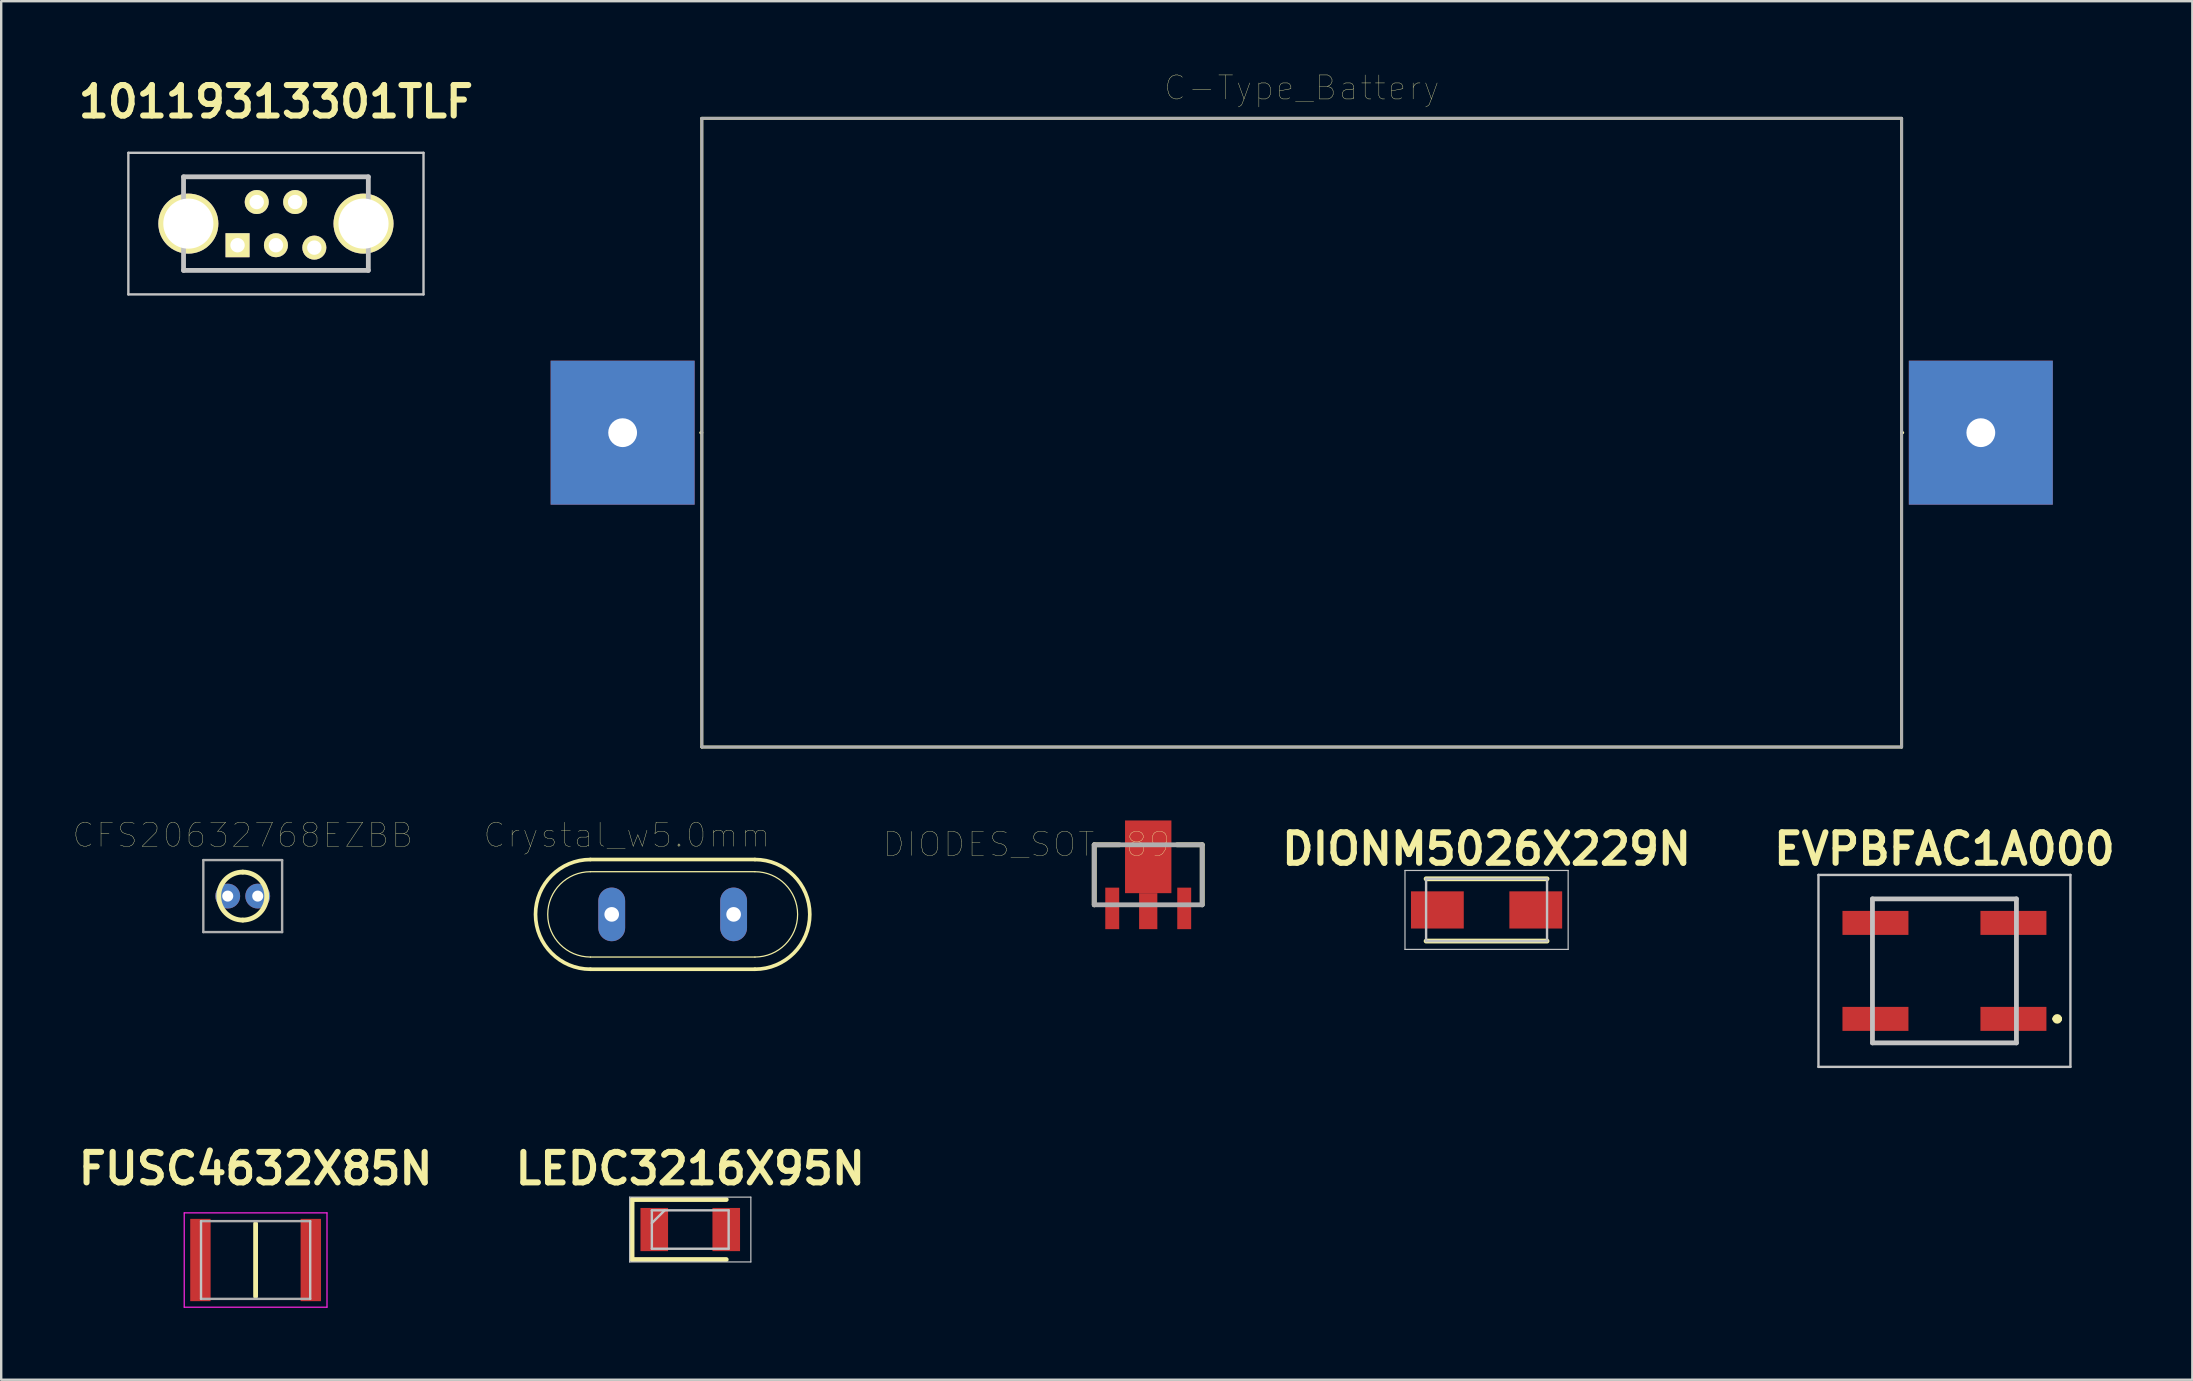
<source format=kicad_pcb>
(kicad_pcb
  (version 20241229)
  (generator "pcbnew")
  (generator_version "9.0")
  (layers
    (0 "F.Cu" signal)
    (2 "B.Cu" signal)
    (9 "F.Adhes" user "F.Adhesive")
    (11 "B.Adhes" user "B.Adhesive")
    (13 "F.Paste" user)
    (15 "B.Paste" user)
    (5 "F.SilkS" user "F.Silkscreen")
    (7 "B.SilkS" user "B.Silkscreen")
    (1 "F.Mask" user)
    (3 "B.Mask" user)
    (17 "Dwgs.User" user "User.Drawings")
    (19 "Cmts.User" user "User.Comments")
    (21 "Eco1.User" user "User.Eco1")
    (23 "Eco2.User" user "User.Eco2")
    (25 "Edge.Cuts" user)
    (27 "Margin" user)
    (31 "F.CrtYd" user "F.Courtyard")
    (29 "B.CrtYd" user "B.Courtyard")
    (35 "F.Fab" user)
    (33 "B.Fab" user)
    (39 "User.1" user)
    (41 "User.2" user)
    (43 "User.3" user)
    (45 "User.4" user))
  (footprint "10119313301TLF"
    (layer "F.Cu")
    (at 8.449 6.269)
    (property "Reference" "10119313301TLF" (at 0 -5.08 0) (layer "F.SilkS") (effects (font (size 1.27 1.27) (thickness 0.254))))
    (attr through_hole)
    (fp_line (start -3.85 -1.95) (end 3.85 -1.95) (stroke (width 0.1) (type solid)) (layer "F.SilkS"))
    (fp_line (start -3.85 1.95) (end 3.85 1.95) (stroke (width 0.1) (type solid)) (layer "F.SilkS"))
    (fp_line (start -6.15 -2.95) (end 6.15 -2.95) (stroke (width 0.1) (type solid)) (layer "Dwgs.User"))
    (fp_line (start -6.15 2.95) (end -6.15 -2.95) (stroke (width 0.1) (type solid)) (layer "Dwgs.User"))
    (fp_line (start -3.85 -1.95) (end 3.85 -1.95) (stroke (width 0.2) (type solid)) (layer "Dwgs.User"))
    (fp_line (start -3.85 1.95) (end -3.85 -1.95) (stroke (width 0.2) (type solid)) (layer "Dwgs.User"))
    (fp_line (start 3.85 -1.95) (end 3.85 1.95) (stroke (width 0.2) (type solid)) (layer "Dwgs.User"))
    (fp_line (start 3.85 1.95) (end -3.85 1.95) (stroke (width 0.2) (type solid)) (layer "Dwgs.User"))
    (fp_line (start 6.15 -2.95) (end 6.15 2.95) (stroke (width 0.1) (type solid)) (layer "Dwgs.User"))
    (fp_line (start 6.15 2.95) (end -6.15 2.95) (stroke (width 0.1) (type solid)) (layer "Dwgs.User"))
    (pad "1" thru_hole rect (at -1.6 0.9 90) (size 1 1) (drill 0.6) (layers "*.Cu" "*.Mask" "F.SilkS"))
    (pad "2" thru_hole circle (at -0.8 -0.9 90) (size 1 1) (drill 0.6) (layers "*.Cu" "*.Mask" "F.SilkS"))
    (pad "3" thru_hole circle (at 0 0.9 90) (size 1 1) (drill 0.6) (layers "*.Cu" "*.Mask" "F.SilkS"))
    (pad "4" thru_hole circle (at 0.8 -0.9 90) (size 1 1) (drill 0.6) (layers "*.Cu" "*.Mask" "F.SilkS"))
    (pad "5" thru_hole circle (at 1.6 1 90) (size 1 1) (drill 0.6) (layers "*.Cu" "*.Mask" "F.SilkS"))
    (pad "6" thru_hole circle (at -3.65 0 90) (size 2.5 2.5) (drill 2.088) (layers "*.Cu" "*.Mask" "F.SilkS"))
    (pad "7" thru_hole circle (at 3.65 0 90) (size 2.5 2.5) (drill 2.088) (layers "*.Cu" "*.Mask" "F.SilkS")))
  (footprint "FUSC4632X85N"
    (layer "F.Cu")
    (at 7.602 49.459)
    (property "Reference" "FUSC4632X85N" (at 0 -3.81 0) (layer "F.SilkS") (effects (font (size 1.27 1.27) (thickness 0.254))))
    (attr smd)
    (fp_line (start 0 -1.52) (end 0 1.52) (stroke (width 0.2) (type solid)) (layer "F.SilkS"))
    (fp_line (start -2.275 1.62) (end -2.275 -1.62) (stroke (width 0.1) (type solid)) (layer "Dwgs.User"))
    (fp_line (start 2.275 -1.62) (end 2.275 1.62) (stroke (width 0.1) (type solid)) (layer "Dwgs.User"))
    (fp_line (start -2.975 -1.965) (end 2.975 -1.965) (stroke (width 0.05) (type solid)) (layer "F.CrtYd"))
    (fp_line (start -2.975 1.965) (end -2.975 -1.965) (stroke (width 0.05) (type solid)) (layer "F.CrtYd"))
    (fp_line (start 2.975 -1.965) (end 2.975 1.965) (stroke (width 0.05) (type solid)) (layer "F.CrtYd"))
    (fp_line (start 2.975 1.965) (end -2.975 1.965) (stroke (width 0.05) (type solid)) (layer "F.CrtYd"))
    (fp_line (start -2.275 -1.62) (end 2.275 -1.62) (stroke (width 0.1) (type solid)) (layer "F.Fab"))
    (fp_line (start 2.275 1.62) (end -2.275 1.62) (stroke (width 0.1) (type solid)) (layer "F.Fab"))
    (pad "1" smd rect (at -2.3 0) (size 0.85 3.43) (layers "F.Cu" "F.Mask" "F.Paste"))
    (pad "2" smd rect (at 2.3 0) (size 0.85 3.43) (layers "F.Cu" "F.Mask" "F.Paste")))
  (footprint "C-Type_Battery"
    (layer "F.Cu")
    (at 51.197 14.981)
    (property "Reference" "C-Type_Battery" (at 0 -14.37 0) (layer "F.SilkS") (effects (font (size 1 1) (thickness 0.015))))
    (attr through_hole)
    (fp_line (start -25 -13.1) (end -25 13.1) (stroke (width 0.12) (type solid)) (layer "F.SilkS"))
    (fp_line (start -25 0) (end -25.046 0) (stroke (width 0.12) (type solid)) (layer "F.SilkS"))
    (fp_line (start -25 13.1) (end 25 13.1) (stroke (width 0.12) (type solid)) (layer "F.SilkS"))
    (fp_line (start 25 -13.1) (end -25 -13.1) (stroke (width 0.12) (type solid)) (layer "F.SilkS"))
    (fp_line (start 25 0) (end 25.046 0) (stroke (width 0.12) (type solid)) (layer "F.SilkS"))
    (fp_line (start 25 13.1) (end 25 -13.1) (stroke (width 0.12) (type solid)) (layer "F.SilkS"))
    (fp_line (start -25 -13.1) (end 25 -13.1) (stroke (width 0.12) (type solid)) (layer "F.Fab"))
    (fp_line (start -25 13.1) (end -25 -13.1) (stroke (width 0.12) (type solid)) (layer "F.Fab"))
    (fp_line (start 25 -13.1) (end 25 13.1) (stroke (width 0.12) (type solid)) (layer "F.Fab"))
    (fp_line (start 25 13.1) (end -25 13.1) (stroke (width 0.12) (type solid)) (layer "F.Fab"))
    (pad "1" thru_hole rect (at -28.3 0) (size 6 6) (drill 1.2) (layers "*.Cu" "*.Mask"))
    (pad "2" thru_hole rect (at 28.3 0) (size 6 6) (drill 1.2) (layers "*.Cu" "*.Mask")))
  (footprint "DIODES_SOT-89"
    (layer "F.Cu")
    (at 44.8 33.406)
    (property "Reference" "DIODES_SOT-89" (at -5.08 -1.27 0) (layer "F.SilkS") (effects (font (size 1 1) (thickness 0.015))))
    (attr through_hole)
    (fp_line (start -2.25 -1.25) (end -1.202 -1.25) (stroke (width 0.2) (type solid)) (layer "F.SilkS"))
    (fp_line (start -2.25 1.25) (end -2.25 -1.25) (stroke (width 0.2) (type solid)) (layer "F.SilkS"))
    (fp_line (start 2.25 -1.25) (end 1.202 -1.25) (stroke (width 0.2) (type solid)) (layer "F.SilkS"))
    (fp_line (start 2.25 -1.25) (end 2.25 1.25) (stroke (width 0.2) (type solid)) (layer "F.SilkS"))
    (fp_line (start -2.25 -1.25) (end 2.25 -1.25) (stroke (width 0.2) (type solid)) (layer "F.Fab"))
    (fp_line (start -2.25 1.25) (end -2.25 -1.25) (stroke (width 0.2) (type solid)) (layer "F.Fab"))
    (fp_line (start 2.25 -1.25) (end 2.25 1.25) (stroke (width 0.2) (type solid)) (layer "F.Fab"))
    (fp_line (start 2.25 1.25) (end -2.25 1.25) (stroke (width 0.2) (type solid)) (layer "F.Fab"))
    (pad "1" smd rect (at -1.5 1.4) (size 0.58 1.73) (layers "F.Cu" "F.Mask" "F.Paste"))
    (pad "2" smd rect (at 0 1.515) (size 0.76 1.5) (layers "F.Cu" "F.Mask" "F.Paste"))
    (pad "3" smd rect (at 1.5 1.4) (size 0.58 1.73) (layers "F.Cu" "F.Mask" "F.Paste"))
    (pad "4" smd rect (at 0 -0.75) (size 1.933 3.03) (layers "F.Cu" "F.Mask" "F.Paste")))
  (footprint "EVPBFAC1A000"
    (layer "F.Cu")
    (at 77.981 37.41)
    (property "Reference" "EVPBFAC1A000" (at 0 -5.08 0) (layer "F.SilkS") (effects (font (size 1.27 1.27) (thickness 0.254))))
    (attr smd)
    (fp_line (start -3 -3) (end 3 -3) (stroke (width 0.1) (type solid)) (layer "F.SilkS"))
    (fp_line (start -3 -1) (end -3 1) (stroke (width 0.1) (type solid)) (layer "F.SilkS"))
    (fp_line (start -3 3) (end 3 3) (stroke (width 0.1) (type solid)) (layer "F.SilkS"))
    (fp_line (start 3 -1) (end 3 1) (stroke (width 0.1) (type solid)) (layer "F.SilkS"))
    (fp_line (start 4.6 2) (end 4.6 2) (stroke (width 0.2) (type solid)) (layer "F.SilkS"))
    (fp_line (start 4.8 2) (end 4.8 2) (stroke (width 0.2) (type solid)) (layer "F.SilkS"))
    (fp_arc (start 4.6 2) (mid 4.7 1.9) (end 4.8 2) (stroke (width 0.2) (type solid)) (layer "F.SilkS"))
    (fp_arc (start 4.8 2) (mid 4.7 2.1) (end 4.6 2) (stroke (width 0.2) (type solid)) (layer "F.SilkS"))
    (fp_line (start -5.25 -4) (end 5.25 -4) (stroke (width 0.1) (type solid)) (layer "Dwgs.User"))
    (fp_line (start -5.25 4) (end -5.25 -4) (stroke (width 0.1) (type solid)) (layer "Dwgs.User"))
    (fp_line (start -3 -3) (end 3 -3) (stroke (width 0.2) (type solid)) (layer "Dwgs.User"))
    (fp_line (start -3 3) (end -3 -3) (stroke (width 0.2) (type solid)) (layer "Dwgs.User"))
    (fp_line (start 3 -3) (end 3 3) (stroke (width 0.2) (type solid)) (layer "Dwgs.User"))
    (fp_line (start 3 3) (end -3 3) (stroke (width 0.2) (type solid)) (layer "Dwgs.User"))
    (fp_line (start 5.25 -4) (end 5.25 4) (stroke (width 0.1) (type solid)) (layer "Dwgs.User"))
    (fp_line (start 5.25 4) (end -5.25 4) (stroke (width 0.1) (type solid)) (layer "Dwgs.User"))
    (pad "A1" smd rect (at 2.875 2 90) (size 1 2.75) (layers "F.Cu" "F.Mask" "F.Paste"))
    (pad "A2" smd rect (at -2.875 2 90) (size 1 2.75) (layers "F.Cu" "F.Mask" "F.Paste"))
    (pad "B1" smd rect (at 2.875 -2 90) (size 1 2.75) (layers "F.Cu" "F.Mask" "F.Paste"))
    (pad "B2" smd rect (at -2.875 -2 90) (size 1 2.75) (layers "F.Cu" "F.Mask" "F.Paste")))
  (footprint "Crystal_w5.0mm"
    (layer "F.Cu")
    (at 24.982 35.055)
    (property "Reference" "Crystal_w5.0mm" (at -1.905 -3.302 0) (layer "F.SilkS") (effects (font (size 1 1) (thickness 0.015))))
    (attr through_hole)
    (fp_line (start -3.429 1.778) (end 3.429 1.778) (stroke (width 0.051) (type solid)) (layer "F.SilkS"))
    (fp_line (start -3.429 2.286) (end 3.429 2.286) (stroke (width 0.152) (type solid)) (layer "F.SilkS"))
    (fp_line (start 3.429 -2.286) (end -3.429 -2.286) (stroke (width 0.152) (type solid)) (layer "F.SilkS"))
    (fp_line (start 3.429 -1.778) (end -3.429 -1.778) (stroke (width 0.051) (type solid)) (layer "F.SilkS"))
    (fp_arc (start -3.429 1.778) (mid -5.207 0) (end -3.429 -1.778) (stroke (width 0.0508) (type solid)) (layer "F.SilkS"))
    (fp_arc (start -3.429 2.286) (mid -5.715 0) (end -3.429 -2.286) (stroke (width 0.1524) (type solid)) (layer "F.SilkS"))
    (fp_arc (start 3.429 -2.286) (mid 5.715 0) (end 3.429 2.286) (stroke (width 0.1524) (type solid)) (layer "F.SilkS"))
    (fp_arc (start 3.429 -1.778) (mid 5.207 0) (end 3.429 1.778) (stroke (width 0.0508) (type solid)) (layer "F.SilkS"))
    (pad "1" thru_hole oval (at -2.54 0) (size 1.118 2.235) (drill 0.61) (layers "*.Cu" "*.Mask"))
    (pad "2" thru_hole oval (at 2.54 0) (size 1.118 2.235) (drill 0.61) (layers "*.Cu" "*.Mask")))
  (footprint "LEDC3216X95N"
    (layer "F.Cu")
    (at 25.715 48.189)
    (property "Reference" "LEDC3216X95N" (at 0 -2.54 0) (layer "F.SilkS") (effects (font (size 1.27 1.27) (thickness 0.254))))
    (attr smd)
    (fp_line (start -2.425 -1.25) (end -2.425 1.25) (stroke (width 0.2) (type solid)) (layer "F.SilkS"))
    (fp_line (start -2.425 1.25) (end 1.5 1.25) (stroke (width 0.2) (type solid)) (layer "F.SilkS"))
    (fp_line (start 1.5 -1.25) (end -2.425 -1.25) (stroke (width 0.2) (type solid)) (layer "F.SilkS"))
    (fp_line (start -2.525 -1.35) (end 2.525 -1.35) (stroke (width 0.05) (type solid)) (layer "Dwgs.User"))
    (fp_line (start -2.525 1.35) (end -2.525 -1.35) (stroke (width 0.05) (type solid)) (layer "Dwgs.User"))
    (fp_line (start -1.6 -0.8) (end 1.6 -0.8) (stroke (width 0.1) (type solid)) (layer "Dwgs.User"))
    (fp_line (start -1.6 -0.267) (end -1.067 -0.8) (stroke (width 0.1) (type solid)) (layer "Dwgs.User"))
    (fp_line (start -1.6 0.8) (end -1.6 -0.8) (stroke (width 0.1) (type solid)) (layer "Dwgs.User"))
    (fp_line (start 1.6 -0.8) (end 1.6 0.8) (stroke (width 0.1) (type solid)) (layer "Dwgs.User"))
    (fp_line (start 1.6 0.8) (end -1.6 0.8) (stroke (width 0.1) (type solid)) (layer "Dwgs.User"))
    (fp_line (start 2.525 -1.35) (end 2.525 1.35) (stroke (width 0.05) (type solid)) (layer "Dwgs.User"))
    (fp_line (start 2.525 1.35) (end -2.525 1.35) (stroke (width 0.05) (type solid)) (layer "Dwgs.User"))
    (pad "1" smd rect (at -1.5 0) (size 1.15 1.8) (layers "F.Cu" "F.Mask" "F.Paste"))
    (pad "2" smd rect (at 1.5 0) (size 1.15 1.8) (layers "F.Cu" "F.Mask" "F.Paste")))
  (footprint "CFS20632768EZBB"
    (layer "F.Cu")
    (at 6.44 34.293)
    (property "Reference" "CFS20632768EZBB" (at 0.625 -2.54 0) (layer "F.SilkS") (effects (font (size 1 1) (thickness 0.015))))
    (attr through_hole)
    (fp_line (start 0.525 -1) (end 0.725 -1) (stroke (width 0.1) (type solid)) (layer "F.SilkS"))
    (fp_line (start 0.525 1) (end 0.725 1) (stroke (width 0.1) (type solid)) (layer "F.SilkS"))
    (fp_arc (start 0.625 -1) (mid 1.625 0) (end 0.625 1) (stroke (width 0.2) (type solid)) (layer "F.SilkS"))
    (fp_arc (start 0.625 1) (mid -0.375 0) (end 0.625 -1) (stroke (width 0.2) (type solid)) (layer "F.SilkS"))
    (fp_line (start -1.017 -1.5) (end 2.267 -1.5) (stroke (width 0.1) (type solid)) (layer "F.Fab"))
    (fp_line (start -1.017 1.5) (end -1.017 -1.5) (stroke (width 0.1) (type solid)) (layer "F.Fab"))
    (fp_line (start 2.267 -1.5) (end 2.267 1.5) (stroke (width 0.1) (type solid)) (layer "F.Fab"))
    (fp_line (start 2.267 1.5) (end -1.017 1.5) (stroke (width 0.1) (type solid)) (layer "F.Fab"))
    (pad "1" thru_hole circle (at 0 0) (size 1.035 1.035) (drill 0.46) (layers "*.Cu" "*.Mask"))
    (pad "2" thru_hole circle (at 1.25 0) (size 1.035 1.035) (drill 0.46) (layers "*.Cu" "*.Mask")))
  (footprint "DIONM5026X229N"
    (layer "F.Cu")
    (at 58.9 34.87)
    (property "Reference" "DIONM5026X229N" (at 0 -2.54 0) (layer "F.SilkS") (effects (font (size 1.27 1.27) (thickness 0.254))))
    (attr smd)
    (fp_line (start -2.52 1.298) (end 2.52 1.298) (stroke (width 0.2) (type solid)) (layer "F.SilkS"))
    (fp_line (start 2.52 -1.298) (end -2.52 -1.298) (stroke (width 0.2) (type solid)) (layer "F.SilkS"))
    (fp_line (start -3.4 -1.645) (end 3.4 -1.645) (stroke (width 0.05) (type solid)) (layer "Dwgs.User"))
    (fp_line (start -3.4 1.645) (end -3.4 -1.645) (stroke (width 0.05) (type solid)) (layer "Dwgs.User"))
    (fp_line (start -2.52 -1.298) (end 2.52 -1.298) (stroke (width 0.1) (type solid)) (layer "Dwgs.User"))
    (fp_line (start -2.52 1.298) (end -2.52 -1.298) (stroke (width 0.1) (type solid)) (layer "Dwgs.User"))
    (fp_line (start 2.52 -1.298) (end 2.52 1.298) (stroke (width 0.1) (type solid)) (layer "Dwgs.User"))
    (fp_line (start 2.52 1.298) (end -2.52 1.298) (stroke (width 0.1) (type solid)) (layer "Dwgs.User"))
    (fp_line (start 3.4 -1.645) (end 3.4 1.645) (stroke (width 0.05) (type solid)) (layer "Dwgs.User"))
    (fp_line (start 3.4 1.645) (end -3.4 1.645) (stroke (width 0.05) (type solid)) (layer "Dwgs.User"))
    (pad "1" smd rect (at -2.05 0 90) (size 1.55 2.2) (layers "F.Cu" "F.Mask" "F.Paste"))
    (pad "2" smd rect (at 2.05 0 90) (size 1.55 2.2) (layers "F.Cu" "F.Mask" "F.Paste")))
  (gr_rect
    (start -3 -3)
    (end 88.311 54.449)
    (stroke (width 0.1) (type default))
    (fill no)
    (layer "Edge.Cuts")))
</source>
